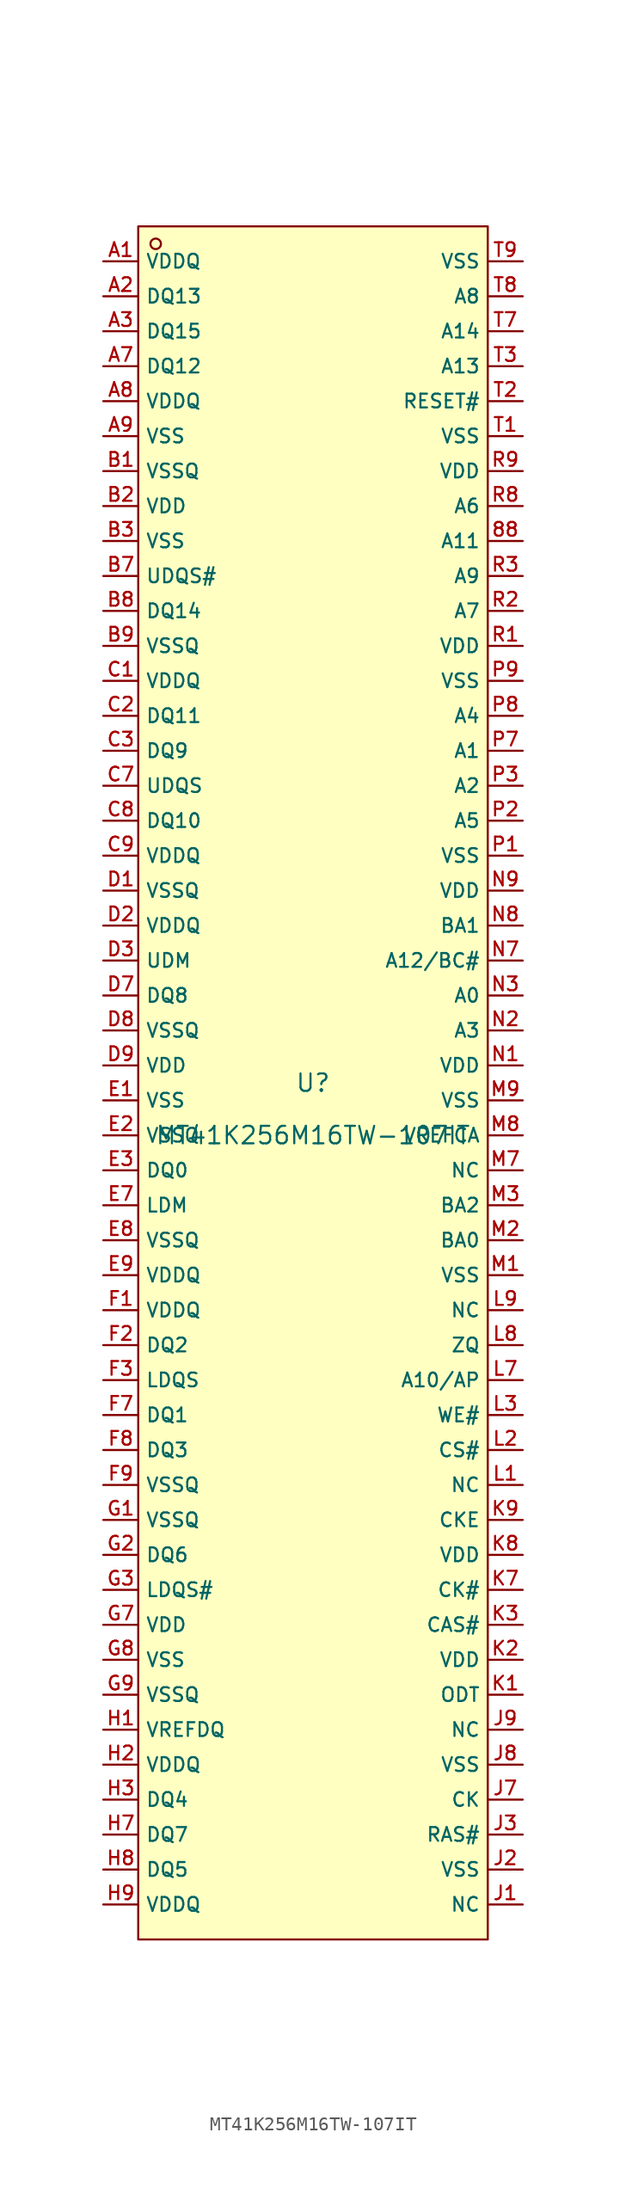
<source format=kicad_sym>
(kicad_symbol_lib
  (version 20220914)
  (generator kicad_symbol_editor)
  (symbol "MT41K256M16TW-107IT"
    (property "Reference" "U"
      (at 0 1.27 0)
      (effects (font (size 1.27 1.27))))
    (property "Value" "MT41K256M16TW-107IT"
      (at 0 -2.54 0)
      (effects (font (size 1.27 1.27))))
    (symbol "MT41K256M16TW-107IT_0_1"
      (rectangle (start -12.7 63.5) (end 12.7 -60.96) (stroke (width 0) (type default)) (fill (type background)))
      (circle (center -11.43 62.23) (radius 0.381) (stroke (width 0) (type default)) (fill (type background)))
      (pin unspecified line (at 15.24 40.64 180) (length 2.54) (name "A11" (effects (font (size 1 1)))) (number "88" (effects (font (size 1 1)))))
      (pin unspecified line (at -15.24 60.96 0) (length 2.54) (name "VDDQ" (effects (font (size 1 1)))) (number "A1" (effects (font (size 1 1)))))
      (pin unspecified line (at -15.24 58.42 0) (length 2.54) (name "DQ13" (effects (font (size 1 1)))) (number "A2" (effects (font (size 1 1)))))
      (pin unspecified line (at -15.24 55.88 0) (length 2.54) (name "DQ15" (effects (font (size 1 1)))) (number "A3" (effects (font (size 1 1)))))
      (pin unspecified line (at -15.24 53.34 0) (length 2.54) (name "DQ12" (effects (font (size 1 1)))) (number "A7" (effects (font (size 1 1)))))
      (pin unspecified line (at -15.24 50.8 0) (length 2.54) (name "VDDQ" (effects (font (size 1 1)))) (number "A8" (effects (font (size 1 1)))))
      (pin unspecified line (at -15.24 48.26 0) (length 2.54) (name "VSS" (effects (font (size 1 1)))) (number "A9" (effects (font (size 1 1)))))
      (pin unspecified line (at -15.24 45.72 0) (length 2.54) (name "VSSQ" (effects (font (size 1 1)))) (number "B1" (effects (font (size 1 1)))))
      (pin unspecified line (at -15.24 43.18 0) (length 2.54) (name "VDD" (effects (font (size 1 1)))) (number "B2" (effects (font (size 1 1)))))
      (pin unspecified line (at -15.24 40.64 0) (length 2.54) (name "VSS" (effects (font (size 1 1)))) (number "B3" (effects (font (size 1 1)))))
      (pin unspecified line (at -15.24 38.1 0) (length 2.54) (name "UDQS#" (effects (font (size 1 1)))) (number "B7" (effects (font (size 1 1)))))
      (pin unspecified line (at -15.24 35.56 0) (length 2.54) (name "DQ14" (effects (font (size 1 1)))) (number "B8" (effects (font (size 1 1)))))
      (pin unspecified line (at -15.24 33.02 0) (length 2.54) (name "VSSQ" (effects (font (size 1 1)))) (number "B9" (effects (font (size 1 1)))))
      (pin unspecified line (at -15.24 30.48 0) (length 2.54) (name "VDDQ" (effects (font (size 1 1)))) (number "C1" (effects (font (size 1 1)))))
      (pin unspecified line (at -15.24 27.94 0) (length 2.54) (name "DQ11" (effects (font (size 1 1)))) (number "C2" (effects (font (size 1 1)))))
      (pin unspecified line (at -15.24 25.4 0) (length 2.54) (name "DQ9" (effects (font (size 1 1)))) (number "C3" (effects (font (size 1 1)))))
      (pin unspecified line (at -15.24 22.86 0) (length 2.54) (name "UDQS" (effects (font (size 1 1)))) (number "C7" (effects (font (size 1 1)))))
      (pin unspecified line (at -15.24 20.32 0) (length 2.54) (name "DQ10" (effects (font (size 1 1)))) (number "C8" (effects (font (size 1 1)))))
      (pin unspecified line (at -15.24 17.78 0) (length 2.54) (name "VDDQ" (effects (font (size 1 1)))) (number "C9" (effects (font (size 1 1)))))
      (pin unspecified line (at -15.24 15.24 0) (length 2.54) (name "VSSQ" (effects (font (size 1 1)))) (number "D1" (effects (font (size 1 1)))))
      (pin unspecified line (at -15.24 12.7 0) (length 2.54) (name "VDDQ" (effects (font (size 1 1)))) (number "D2" (effects (font (size 1 1)))))
      (pin unspecified line (at -15.24 10.16 0) (length 2.54) (name "UDM" (effects (font (size 1 1)))) (number "D3" (effects (font (size 1 1)))))
      (pin unspecified line (at -15.24 7.62 0) (length 2.54) (name "DQ8" (effects (font (size 1 1)))) (number "D7" (effects (font (size 1 1)))))
      (pin unspecified line (at -15.24 5.08 0) (length 2.54) (name "VSSQ" (effects (font (size 1 1)))) (number "D8" (effects (font (size 1 1)))))
      (pin unspecified line (at -15.24 2.54 0) (length 2.54) (name "VDD" (effects (font (size 1 1)))) (number "D9" (effects (font (size 1 1)))))
      (pin unspecified line (at -15.24 0 0) (length 2.54) (name "VSS" (effects (font (size 1 1)))) (number "E1" (effects (font (size 1 1)))))
      (pin unspecified line (at -15.24 -2.54 0) (length 2.54) (name "VSSQ" (effects (font (size 1 1)))) (number "E2" (effects (font (size 1 1)))))
      (pin unspecified line (at -15.24 -5.08 0) (length 2.54) (name "DQ0" (effects (font (size 1 1)))) (number "E3" (effects (font (size 1 1)))))
      (pin unspecified line (at -15.24 -7.62 0) (length 2.54) (name "LDM" (effects (font (size 1 1)))) (number "E7" (effects (font (size 1 1)))))
      (pin unspecified line (at -15.24 -10.16 0) (length 2.54) (name "VSSQ" (effects (font (size 1 1)))) (number "E8" (effects (font (size 1 1)))))
      (pin unspecified line (at -15.24 -12.7 0) (length 2.54) (name "VDDQ" (effects (font (size 1 1)))) (number "E9" (effects (font (size 1 1)))))
      (pin unspecified line (at -15.24 -15.24 0) (length 2.54) (name "VDDQ" (effects (font (size 1 1)))) (number "F1" (effects (font (size 1 1)))))
      (pin unspecified line (at -15.24 -17.78 0) (length 2.54) (name "DQ2" (effects (font (size 1 1)))) (number "F2" (effects (font (size 1 1)))))
      (pin unspecified line (at -15.24 -20.32 0) (length 2.54) (name "LDQS" (effects (font (size 1 1)))) (number "F3" (effects (font (size 1 1)))))
      (pin unspecified line (at -15.24 -22.86 0) (length 2.54) (name "DQ1" (effects (font (size 1 1)))) (number "F7" (effects (font (size 1 1)))))
      (pin unspecified line (at -15.24 -25.4 0) (length 2.54) (name "DQ3" (effects (font (size 1 1)))) (number "F8" (effects (font (size 1 1)))))
      (pin unspecified line (at -15.24 -27.94 0) (length 2.54) (name "VSSQ" (effects (font (size 1 1)))) (number "F9" (effects (font (size 1 1)))))
      (pin unspecified line (at -15.24 -30.48 0) (length 2.54) (name "VSSQ" (effects (font (size 1 1)))) (number "G1" (effects (font (size 1 1)))))
      (pin unspecified line (at -15.24 -33.02 0) (length 2.54) (name "DQ6" (effects (font (size 1 1)))) (number "G2" (effects (font (size 1 1)))))
      (pin unspecified line (at -15.24 -35.56 0) (length 2.54) (name "LDQS#" (effects (font (size 1 1)))) (number "G3" (effects (font (size 1 1)))))
      (pin unspecified line (at -15.24 -38.1 0) (length 2.54) (name "VDD" (effects (font (size 1 1)))) (number "G7" (effects (font (size 1 1)))))
      (pin unspecified line (at -15.24 -40.64 0) (length 2.54) (name "VSS" (effects (font (size 1 1)))) (number "G8" (effects (font (size 1 1)))))
      (pin unspecified line (at -15.24 -43.18 0) (length 2.54) (name "VSSQ" (effects (font (size 1 1)))) (number "G9" (effects (font (size 1 1)))))
      (pin unspecified line (at -15.24 -45.72 0) (length 2.54) (name "VREFDQ" (effects (font (size 1 1)))) (number "H1" (effects (font (size 1 1)))))
      (pin unspecified line (at -15.24 -48.26 0) (length 2.54) (name "VDDQ" (effects (font (size 1 1)))) (number "H2" (effects (font (size 1 1)))))
      (pin unspecified line (at -15.24 -50.8 0) (length 2.54) (name "DQ4" (effects (font (size 1 1)))) (number "H3" (effects (font (size 1 1)))))
      (pin unspecified line (at -15.24 -53.34 0) (length 2.54) (name "DQ7" (effects (font (size 1 1)))) (number "H7" (effects (font (size 1 1)))))
      (pin unspecified line (at -15.24 -55.88 0) (length 2.54) (name "DQ5" (effects (font (size 1 1)))) (number "H8" (effects (font (size 1 1)))))
      (pin unspecified line (at -15.24 -58.42 0) (length 2.54) (name "VDDQ" (effects (font (size 1 1)))) (number "H9" (effects (font (size 1 1)))))
      (pin unspecified line (at 15.24 -58.42 180) (length 2.54) (name "NC" (effects (font (size 1 1)))) (number "J1" (effects (font (size 1 1)))))
      (pin unspecified line (at 15.24 -55.88 180) (length 2.54) (name "VSS" (effects (font (size 1 1)))) (number "J2" (effects (font (size 1 1)))))
      (pin unspecified line (at 15.24 -53.34 180) (length 2.54) (name "RAS#" (effects (font (size 1 1)))) (number "J3" (effects (font (size 1 1)))))
      (pin unspecified line (at 15.24 -50.8 180) (length 2.54) (name "CK" (effects (font (size 1 1)))) (number "J7" (effects (font (size 1 1)))))
      (pin unspecified line (at 15.24 -48.26 180) (length 2.54) (name "VSS" (effects (font (size 1 1)))) (number "J8" (effects (font (size 1 1)))))
      (pin unspecified line (at 15.24 -45.72 180) (length 2.54) (name "NC" (effects (font (size 1 1)))) (number "J9" (effects (font (size 1 1)))))
      (pin unspecified line (at 15.24 -43.18 180) (length 2.54) (name "ODT" (effects (font (size 1 1)))) (number "K1" (effects (font (size 1 1)))))
      (pin unspecified line (at 15.24 -40.64 180) (length 2.54) (name "VDD" (effects (font (size 1 1)))) (number "K2" (effects (font (size 1 1)))))
      (pin unspecified line (at 15.24 -38.1 180) (length 2.54) (name "CAS#" (effects (font (size 1 1)))) (number "K3" (effects (font (size 1 1)))))
      (pin unspecified line (at 15.24 -35.56 180) (length 2.54) (name "CK#" (effects (font (size 1 1)))) (number "K7" (effects (font (size 1 1)))))
      (pin unspecified line (at 15.24 -33.02 180) (length 2.54) (name "VDD" (effects (font (size 1 1)))) (number "K8" (effects (font (size 1 1)))))
      (pin unspecified line (at 15.24 -30.48 180) (length 2.54) (name "CKE" (effects (font (size 1 1)))) (number "K9" (effects (font (size 1 1)))))
      (pin unspecified line (at 15.24 -27.94 180) (length 2.54) (name "NC" (effects (font (size 1 1)))) (number "L1" (effects (font (size 1 1)))))
      (pin unspecified line (at 15.24 -25.4 180) (length 2.54) (name "CS#" (effects (font (size 1 1)))) (number "L2" (effects (font (size 1 1)))))
      (pin unspecified line (at 15.24 -22.86 180) (length 2.54) (name "WE#" (effects (font (size 1 1)))) (number "L3" (effects (font (size 1 1)))))
      (pin unspecified line (at 15.24 -20.32 180) (length 2.54) (name "A10/AP" (effects (font (size 1 1)))) (number "L7" (effects (font (size 1 1)))))
      (pin unspecified line (at 15.24 -17.78 180) (length 2.54) (name "ZQ" (effects (font (size 1 1)))) (number "L8" (effects (font (size 1 1)))))
      (pin unspecified line (at 15.24 -15.24 180) (length 2.54) (name "NC" (effects (font (size 1 1)))) (number "L9" (effects (font (size 1 1)))))
      (pin unspecified line (at 15.24 -12.7 180) (length 2.54) (name "VSS" (effects (font (size 1 1)))) (number "M1" (effects (font (size 1 1)))))
      (pin unspecified line (at 15.24 -10.16 180) (length 2.54) (name "BA0" (effects (font (size 1 1)))) (number "M2" (effects (font (size 1 1)))))
      (pin unspecified line (at 15.24 -7.62 180) (length 2.54) (name "BA2" (effects (font (size 1 1)))) (number "M3" (effects (font (size 1 1)))))
      (pin unspecified line (at 15.24 -5.08 180) (length 2.54) (name "NC" (effects (font (size 1 1)))) (number "M7" (effects (font (size 1 1)))))
      (pin unspecified line (at 15.24 -2.54 180) (length 2.54) (name "VREFCA" (effects (font (size 1 1)))) (number "M8" (effects (font (size 1 1)))))
      (pin unspecified line (at 15.24 0 180) (length 2.54) (name "VSS" (effects (font (size 1 1)))) (number "M9" (effects (font (size 1 1)))))
      (pin unspecified line (at 15.24 2.54 180) (length 2.54) (name "VDD" (effects (font (size 1 1)))) (number "N1" (effects (font (size 1 1)))))
      (pin unspecified line (at 15.24 5.08 180) (length 2.54) (name "A3" (effects (font (size 1 1)))) (number "N2" (effects (font (size 1 1)))))
      (pin unspecified line (at 15.24 7.62 180) (length 2.54) (name "A0" (effects (font (size 1 1)))) (number "N3" (effects (font (size 1 1)))))
      (pin unspecified line (at 15.24 10.16 180) (length 2.54) (name "A12/BC#" (effects (font (size 1 1)))) (number "N7" (effects (font (size 1 1)))))
      (pin unspecified line (at 15.24 12.7 180) (length 2.54) (name "BA1" (effects (font (size 1 1)))) (number "N8" (effects (font (size 1 1)))))
      (pin unspecified line (at 15.24 15.24 180) (length 2.54) (name "VDD" (effects (font (size 1 1)))) (number "N9" (effects (font (size 1 1)))))
      (pin unspecified line (at 15.24 17.78 180) (length 2.54) (name "VSS" (effects (font (size 1 1)))) (number "P1" (effects (font (size 1 1)))))
      (pin unspecified line (at 15.24 20.32 180) (length 2.54) (name "A5" (effects (font (size 1 1)))) (number "P2" (effects (font (size 1 1)))))
      (pin unspecified line (at 15.24 22.86 180) (length 2.54) (name "A2" (effects (font (size 1 1)))) (number "P3" (effects (font (size 1 1)))))
      (pin unspecified line (at 15.24 25.4 180) (length 2.54) (name "A1" (effects (font (size 1 1)))) (number "P7" (effects (font (size 1 1)))))
      (pin unspecified line (at 15.24 27.94 180) (length 2.54) (name "A4" (effects (font (size 1 1)))) (number "P8" (effects (font (size 1 1)))))
      (pin unspecified line (at 15.24 30.48 180) (length 2.54) (name "VSS" (effects (font (size 1 1)))) (number "P9" (effects (font (size 1 1)))))
      (pin unspecified line (at 15.24 33.02 180) (length 2.54) (name "VDD" (effects (font (size 1 1)))) (number "R1" (effects (font (size 1 1)))))
      (pin unspecified line (at 15.24 35.56 180) (length 2.54) (name "A7" (effects (font (size 1 1)))) (number "R2" (effects (font (size 1 1)))))
      (pin unspecified line (at 15.24 38.1 180) (length 2.54) (name "A9" (effects (font (size 1 1)))) (number "R3" (effects (font (size 1 1)))))
      (pin unspecified line (at 15.24 43.18 180) (length 2.54) (name "A6" (effects (font (size 1 1)))) (number "R8" (effects (font (size 1 1)))))
      (pin unspecified line (at 15.24 45.72 180) (length 2.54) (name "VDD" (effects (font (size 1 1)))) (number "R9" (effects (font (size 1 1)))))
      (pin unspecified line (at 15.24 48.26 180) (length 2.54) (name "VSS" (effects (font (size 1 1)))) (number "T1" (effects (font (size 1 1)))))
      (pin unspecified line (at 15.24 50.8 180) (length 2.54) (name "RESET#" (effects (font (size 1 1)))) (number "T2" (effects (font (size 1 1)))))
      (pin unspecified line (at 15.24 53.34 180) (length 2.54) (name "A13" (effects (font (size 1 1)))) (number "T3" (effects (font (size 1 1)))))
      (pin unspecified line (at 15.24 55.88 180) (length 2.54) (name "A14" (effects (font (size 1 1)))) (number "T7" (effects (font (size 1 1)))))
      (pin unspecified line (at 15.24 58.42 180) (length 2.54) (name "A8" (effects (font (size 1 1)))) (number "T8" (effects (font (size 1 1)))))
      (pin unspecified line (at 15.24 60.96 180) (length 2.54) (name "VSS" (effects (font (size 1 1)))) (number "T9" (effects (font (size 1 1))))))))
</source>
